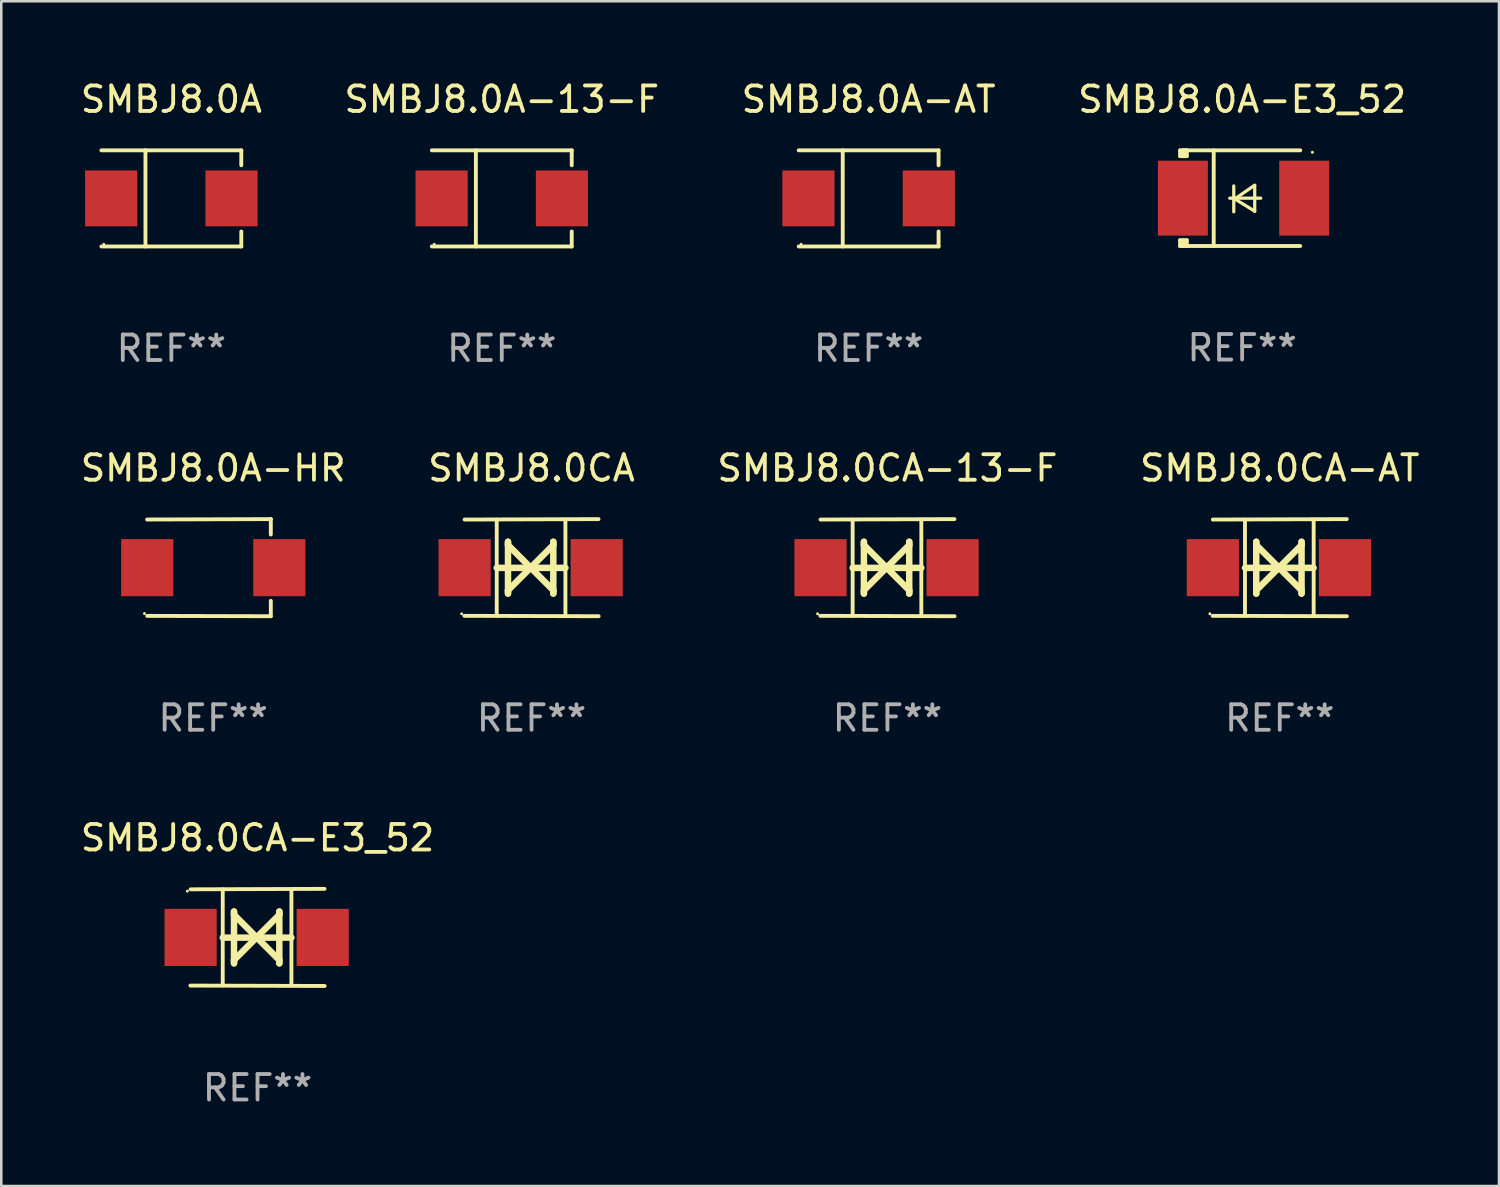
<source format=kicad_pcb>
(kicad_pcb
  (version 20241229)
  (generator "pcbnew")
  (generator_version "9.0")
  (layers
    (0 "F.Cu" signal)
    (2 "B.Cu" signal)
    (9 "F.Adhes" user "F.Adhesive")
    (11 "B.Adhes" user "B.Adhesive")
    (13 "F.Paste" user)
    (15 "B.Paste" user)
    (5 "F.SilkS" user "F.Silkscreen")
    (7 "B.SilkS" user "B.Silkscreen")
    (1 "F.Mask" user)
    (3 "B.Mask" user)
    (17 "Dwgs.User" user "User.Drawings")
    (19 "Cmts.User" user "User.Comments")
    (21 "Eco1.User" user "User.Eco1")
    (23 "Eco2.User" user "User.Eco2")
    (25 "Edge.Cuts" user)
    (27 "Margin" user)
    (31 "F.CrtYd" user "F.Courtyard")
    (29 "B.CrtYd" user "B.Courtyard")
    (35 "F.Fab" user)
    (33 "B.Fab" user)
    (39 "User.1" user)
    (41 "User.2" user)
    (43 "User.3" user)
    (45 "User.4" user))
  (footprint "SMBJ8.0CA-AT"
    (layer "F.Cu")
    (at 47.161 19.222)
    (property "Reference" "SMBJ8.0CA-AT" (at 0 -3.905 0) (layer "F.SilkS") (effects (font (size 1 1) (thickness 0.15))))
    (attr through_hole)
    (fp_line (start -1.365 1.886) (end -1.365 -1.886) (stroke (width 0.152) (type solid)) (layer "F.SilkS"))
    (fp_line (start -1.365 0.008) (end 1.33 0.008) (stroke (width 0.254) (type solid)) (layer "F.SilkS"))
    (fp_line (start -0.923 -1.016) (end -0.923 1.016) (stroke (width 0.254) (type solid)) (layer "F.SilkS"))
    (fp_line (start -0.923 -0.889) (end -0.923 -1.016) (stroke (width 0.254) (type solid)) (layer "F.SilkS"))
    (fp_line (start -0.923 0.889) (end -0.034 0) (stroke (width 0.254) (type solid)) (layer "F.SilkS"))
    (fp_line (start -0.923 1.016) (end -0.923 0.889) (stroke (width 0.254) (type solid)) (layer "F.SilkS"))
    (fp_line (start -0.034 0) (end -0.923 -0.889) (stroke (width 0.254) (type solid)) (layer "F.SilkS"))
    (fp_line (start -0.034 0) (end 0.855 0.889) (stroke (width 0.254) (type solid)) (layer "F.SilkS"))
    (fp_line (start 0.855 -1.016) (end 0.855 -0.889) (stroke (width 0.254) (type solid)) (layer "F.SilkS"))
    (fp_line (start 0.855 -0.889) (end -0.034 0) (stroke (width 0.254) (type solid)) (layer "F.SilkS"))
    (fp_line (start 0.855 0.889) (end 0.855 1.016) (stroke (width 0.254) (type solid)) (layer "F.SilkS"))
    (fp_line (start 0.855 1.016) (end 0.855 -1.016) (stroke (width 0.254) (type solid)) (layer "F.SilkS"))
    (fp_line (start 1.33 1.886) (end 1.33 -1.886) (stroke (width 0.152) (type solid)) (layer "F.SilkS"))
    (fp_line (start 2.629 -1.905) (end -2.625 -1.887) (stroke (width 0.152) (type solid)) (layer "F.SilkS"))
    (fp_line (start 2.633 1.905) (end -2.633 1.89) (stroke (width 0.152) (type solid)) (layer "F.SilkS"))
    (fp_circle (center -2.741 1.81) (end -2.711 1.81) (stroke (width 0.06) (type solid)) (fill no) (layer "F.SilkS"))
    (fp_text user "REF**" (at 0 5.905 0) (layer "F.Fab") (effects (font (size 1 1) (thickness 0.15))))
    (pad "1" smd rect (at -2.625 0) (size 2.047 2.241) (layers "F.Cu" "F.Mask" "F.Paste"))
    (pad "2" smd rect (at 2.557 0) (size 2.047 2.241) (layers "F.Cu" "F.Mask" "F.Paste")))
  (footprint "SMBJ8.0CA-E3_52"
    (layer "F.Cu")
    (at 7.054 33.729)
    (property "Reference" "SMBJ8.0CA-E3_52" (at 0 -3.905 0) (layer "F.SilkS") (effects (font (size 1 1) (thickness 0.15))))
    (attr through_hole)
    (fp_line (start -1.365 1.886) (end -1.365 -1.886) (stroke (width 0.152) (type solid)) (layer "F.SilkS"))
    (fp_line (start -1.365 0.008) (end 1.33 0.008) (stroke (width 0.254) (type solid)) (layer "F.SilkS"))
    (fp_line (start -0.923 -1.016) (end -0.923 1.016) (stroke (width 0.254) (type solid)) (layer "F.SilkS"))
    (fp_line (start -0.923 -0.889) (end -0.923 -1.016) (stroke (width 0.254) (type solid)) (layer "F.SilkS"))
    (fp_line (start -0.923 0.889) (end -0.034 0) (stroke (width 0.254) (type solid)) (layer "F.SilkS"))
    (fp_line (start -0.923 1.016) (end -0.923 0.889) (stroke (width 0.254) (type solid)) (layer "F.SilkS"))
    (fp_line (start -0.034 0) (end -0.923 -0.889) (stroke (width 0.254) (type solid)) (layer "F.SilkS"))
    (fp_line (start -0.034 0) (end 0.855 0.889) (stroke (width 0.254) (type solid)) (layer "F.SilkS"))
    (fp_line (start 0.855 -1.016) (end 0.855 -0.889) (stroke (width 0.254) (type solid)) (layer "F.SilkS"))
    (fp_line (start 0.855 -0.889) (end -0.034 0) (stroke (width 0.254) (type solid)) (layer "F.SilkS"))
    (fp_line (start 0.855 0.889) (end 0.855 1.016) (stroke (width 0.254) (type solid)) (layer "F.SilkS"))
    (fp_line (start 0.855 1.016) (end 0.855 -1.016) (stroke (width 0.254) (type solid)) (layer "F.SilkS"))
    (fp_line (start 1.33 1.886) (end 1.33 -1.886) (stroke (width 0.152) (type solid)) (layer "F.SilkS"))
    (fp_line (start 2.629 -1.905) (end -2.625 -1.887) (stroke (width 0.152) (type solid)) (layer "F.SilkS"))
    (fp_line (start 2.633 1.905) (end -2.633 1.89) (stroke (width 0.152) (type solid)) (layer "F.SilkS"))
    (fp_circle (center -2.753 -1.816) (end -2.723 -1.816) (stroke (width 0.06) (type solid)) (fill no) (layer "F.SilkS"))
    (fp_text user "REF**" (at 0 5.905 0) (layer "F.Fab") (effects (font (size 1 1) (thickness 0.15))))
    (pad "1" smd rect (at -2.625 0) (size 2.047 2.241) (layers "F.Cu" "F.Mask" "F.Paste"))
    (pad "2" smd rect (at 2.557 0) (size 2.047 2.241) (layers "F.Cu" "F.Mask" "F.Paste")))
  (footprint "SMBJ8.0A-AT"
    (layer "F.Cu")
    (at 31.03 4.734)
    (property "Reference" "SMBJ8.0A-AT" (at 0 -3.886 0) (layer "F.SilkS") (effects (font (size 1 1) (thickness 0.15))))
    (attr through_hole)
    (fp_line (start -2.744 -1.886) (end 2.744 -1.886) (stroke (width 0.152) (type solid)) (layer "F.SilkS"))
    (fp_line (start -2.744 1.886) (end 2.744 1.886) (stroke (width 0.152) (type solid)) (layer "F.SilkS"))
    (fp_line (start -1.016 -1.886) (end -1.016 1.886) (stroke (width 0.152) (type solid)) (layer "F.SilkS"))
    (fp_line (start 2.744 -1.886) (end 2.744 -1.299) (stroke (width 0.152) (type solid)) (layer "F.SilkS"))
    (fp_line (start 2.744 1.886) (end 2.744 1.299) (stroke (width 0.152) (type solid)) (layer "F.SilkS"))
    (fp_circle (center -2.65 1.8) (end -2.62 1.8) (stroke (width 0.06) (type solid)) (fill no) (layer "F.SilkS"))
    (fp_text user "REF**" (at 0 5.886 0) (layer "F.Fab") (effects (font (size 1 1) (thickness 0.15))))
    (pad "1" smd rect (at -2.361 0) (size 2.047 2.192) (layers "F.Cu" "F.Mask" "F.Paste"))
    (pad "2" smd rect (at 2.361 0) (size 2.047 2.192) (layers "F.Cu" "F.Mask" "F.Paste")))
  (footprint "SMBJ8.0CA-13-F"
    (layer "F.Cu")
    (at 31.768 19.222)
    (property "Reference" "SMBJ8.0CA-13-F" (at 0 -3.905 0) (layer "F.SilkS") (effects (font (size 1 1) (thickness 0.15))))
    (attr through_hole)
    (fp_line (start -1.365 1.886) (end -1.365 -1.886) (stroke (width 0.152) (type solid)) (layer "F.SilkS"))
    (fp_line (start -1.365 0.008) (end 1.33 0.008) (stroke (width 0.254) (type solid)) (layer "F.SilkS"))
    (fp_line (start -0.923 -1.016) (end -0.923 1.016) (stroke (width 0.254) (type solid)) (layer "F.SilkS"))
    (fp_line (start -0.923 -0.889) (end -0.923 -1.016) (stroke (width 0.254) (type solid)) (layer "F.SilkS"))
    (fp_line (start -0.923 0.889) (end -0.034 0) (stroke (width 0.254) (type solid)) (layer "F.SilkS"))
    (fp_line (start -0.923 1.016) (end -0.923 0.889) (stroke (width 0.254) (type solid)) (layer "F.SilkS"))
    (fp_line (start -0.034 0) (end -0.923 -0.889) (stroke (width 0.254) (type solid)) (layer "F.SilkS"))
    (fp_line (start -0.034 0) (end 0.855 0.889) (stroke (width 0.254) (type solid)) (layer "F.SilkS"))
    (fp_line (start 0.855 -1.016) (end 0.855 -0.889) (stroke (width 0.254) (type solid)) (layer "F.SilkS"))
    (fp_line (start 0.855 -0.889) (end -0.034 0) (stroke (width 0.254) (type solid)) (layer "F.SilkS"))
    (fp_line (start 0.855 0.889) (end 0.855 1.016) (stroke (width 0.254) (type solid)) (layer "F.SilkS"))
    (fp_line (start 0.855 1.016) (end 0.855 -1.016) (stroke (width 0.254) (type solid)) (layer "F.SilkS"))
    (fp_line (start 1.33 1.886) (end 1.33 -1.886) (stroke (width 0.152) (type solid)) (layer "F.SilkS"))
    (fp_line (start 2.629 -1.905) (end -2.625 -1.887) (stroke (width 0.152) (type solid)) (layer "F.SilkS"))
    (fp_line (start 2.633 1.905) (end -2.633 1.89) (stroke (width 0.152) (type solid)) (layer "F.SilkS"))
    (fp_circle (center -2.741 1.81) (end -2.711 1.81) (stroke (width 0.06) (type solid)) (fill no) (layer "F.SilkS"))
    (fp_text user "REF**" (at 0 5.905 0) (layer "F.Fab") (effects (font (size 1 1) (thickness 0.15))))
    (pad "1" smd rect (at -2.625 0) (size 2.047 2.241) (layers "F.Cu" "F.Mask" "F.Paste"))
    (pad "2" smd rect (at 2.557 0) (size 2.047 2.241) (layers "F.Cu" "F.Mask" "F.Paste")))
  (footprint "SMBJ8.0CA"
    (layer "F.Cu")
    (at 17.804 19.222)
    (property "Reference" "SMBJ8.0CA" (at 0 -3.905 0) (layer "F.SilkS") (effects (font (size 1 1) (thickness 0.15))))
    (attr through_hole)
    (fp_line (start -1.365 1.886) (end -1.365 -1.886) (stroke (width 0.152) (type solid)) (layer "F.SilkS"))
    (fp_line (start -1.365 0.008) (end 1.33 0.008) (stroke (width 0.254) (type solid)) (layer "F.SilkS"))
    (fp_line (start -0.923 -1.016) (end -0.923 1.016) (stroke (width 0.254) (type solid)) (layer "F.SilkS"))
    (fp_line (start -0.923 -0.889) (end -0.923 -1.016) (stroke (width 0.254) (type solid)) (layer "F.SilkS"))
    (fp_line (start -0.923 0.889) (end -0.034 0) (stroke (width 0.254) (type solid)) (layer "F.SilkS"))
    (fp_line (start -0.923 1.016) (end -0.923 0.889) (stroke (width 0.254) (type solid)) (layer "F.SilkS"))
    (fp_line (start -0.034 0) (end -0.923 -0.889) (stroke (width 0.254) (type solid)) (layer "F.SilkS"))
    (fp_line (start -0.034 0) (end 0.855 0.889) (stroke (width 0.254) (type solid)) (layer "F.SilkS"))
    (fp_line (start 0.855 -1.016) (end 0.855 -0.889) (stroke (width 0.254) (type solid)) (layer "F.SilkS"))
    (fp_line (start 0.855 -0.889) (end -0.034 0) (stroke (width 0.254) (type solid)) (layer "F.SilkS"))
    (fp_line (start 0.855 0.889) (end 0.855 1.016) (stroke (width 0.254) (type solid)) (layer "F.SilkS"))
    (fp_line (start 0.855 1.016) (end 0.855 -1.016) (stroke (width 0.254) (type solid)) (layer "F.SilkS"))
    (fp_line (start 1.33 1.886) (end 1.33 -1.886) (stroke (width 0.152) (type solid)) (layer "F.SilkS"))
    (fp_line (start 2.629 -1.905) (end -2.625 -1.887) (stroke (width 0.152) (type solid)) (layer "F.SilkS"))
    (fp_line (start 2.633 1.905) (end -2.633 1.89) (stroke (width 0.152) (type solid)) (layer "F.SilkS"))
    (fp_circle (center -2.741 1.81) (end -2.711 1.81) (stroke (width 0.06) (type solid)) (fill no) (layer "F.SilkS"))
    (fp_text user "REF**" (at 0 5.905 0) (layer "F.Fab") (effects (font (size 1 1) (thickness 0.15))))
    (pad "1" smd rect (at -2.625 0) (size 2.047 2.241) (layers "F.Cu" "F.Mask" "F.Paste"))
    (pad "2" smd rect (at 2.557 0) (size 2.047 2.241) (layers "F.Cu" "F.Mask" "F.Paste")))
  (footprint "SMBJ8.0A-E3_52"
    (layer "F.Cu")
    (at 45.685 4.725)
    (property "Reference" "SMBJ8.0A-E3_52" (at 0 -3.876 0) (layer "F.SilkS") (effects (font (size 1 1) (thickness 0.15))))
    (attr through_hole)
    (fp_line (start -2.435 1.65) (end -2.171 1.65) (stroke (width 0.152) (type solid)) (layer "F.SilkS"))
    (fp_line (start -2.435 1.876) (end -2.435 1.65) (stroke (width 0.152) (type solid)) (layer "F.SilkS"))
    (fp_line (start -2.435 -1.876) (end -2.171 -1.876) (stroke (width 0.152) (type solid)) (layer "F.SilkS"))
    (fp_line (start -2.435 -1.65) (end -2.435 -1.876) (stroke (width 0.152) (type solid)) (layer "F.SilkS"))
    (fp_line (start -2.305 -1.866) (end -2.295 -1.876) (stroke (width 0.152) (type solid)) (layer "F.SilkS"))
    (fp_line (start -2.305 -1.65) (end -2.305 -1.866) (stroke (width 0.152) (type solid)) (layer "F.SilkS"))
    (fp_line (start -2.305 1.876) (end -2.305 1.65) (stroke (width 0.152) (type solid)) (layer "F.SilkS"))
    (fp_line (start -2.295 -1.876) (end -2.295 -1.65) (stroke (width 0.152) (type solid)) (layer "F.SilkS"))
    (fp_line (start -2.171 1.876) (end -2.435 1.876) (stroke (width 0.152) (type solid)) (layer "F.SilkS"))
    (fp_line (start -2.171 -1.65) (end -2.435 -1.65) (stroke (width 0.152) (type solid)) (layer "F.SilkS"))
    (fp_line (start -2.171 -1.876) (end -2.295 -1.876) (stroke (width 0.152) (type solid)) (layer "F.SilkS"))
    (fp_line (start -2.171 -1.65) (end -2.171 -1.876) (stroke (width 0.152) (type solid)) (layer "F.SilkS"))
    (fp_line (start -2.171 1.876) (end -2.305 1.876) (stroke (width 0.152) (type solid)) (layer "F.SilkS"))
    (fp_line (start -2.171 1.876) (end -2.171 1.65) (stroke (width 0.152) (type solid)) (layer "F.SilkS"))
    (fp_line (start -1.116 1.876) (end -1.116 -1.876) (stroke (width 0.152) (type solid)) (layer "F.SilkS"))
    (fp_line (start -0.488 0.000102) (end 0.731 0.000102) (stroke (width 0.127) (type solid)) (layer "F.SilkS"))
    (fp_line (start -0.329 -0.48) (end -0.329 0.536) (stroke (width 0.127) (type solid)) (layer "F.SilkS"))
    (fp_line (start -0.29 0.03) (end 0.493 0.51) (stroke (width 0.127) (type solid)) (layer "F.SilkS"))
    (fp_line (start 0.493 -0.51) (end -0.29 0.03) (stroke (width 0.127) (type solid)) (layer "F.SilkS"))
    (fp_line (start 0.493 0.52) (end 0.493 -0.496) (stroke (width 0.127) (type solid)) (layer "F.SilkS"))
    (fp_line (start 2.281 -1.876) (end -2.171 -1.876) (stroke (width 0.152) (type solid)) (layer "F.SilkS"))
    (fp_line (start 2.281 1.876) (end -2.171 1.876) (stroke (width 0.152) (type solid)) (layer "F.SilkS"))
    (fp_circle (center 2.755 -1.8) (end 2.785 -1.8) (stroke (width 0.06) (type solid)) (fill no) (layer "F.SilkS"))
    (fp_text user "REF**" (at 0 5.876 0) (layer "F.Fab") (effects (font (size 1 1) (thickness 0.15))))
    (pad "1" smd rect (at 2.435 -0.000025 180) (size 1.96 2.94) (layers "F.Cu" "F.Mask" "F.Paste"))
    (pad "2" smd rect (at -2.325 -0.000025 180) (size 1.96 2.94) (layers "F.Cu" "F.Mask" "F.Paste")))
  (footprint "SMBJ8.0A"
    (layer "F.Cu")
    (at 3.673 4.734)
    (property "Reference" "SMBJ8.0A" (at 0 -3.886 0) (layer "F.SilkS") (effects (font (size 1 1) (thickness 0.15))))
    (attr through_hole)
    (fp_line (start -2.744 -1.886) (end 2.744 -1.886) (stroke (width 0.152) (type solid)) (layer "F.SilkS"))
    (fp_line (start -2.744 1.886) (end 2.744 1.886) (stroke (width 0.152) (type solid)) (layer "F.SilkS"))
    (fp_line (start -1.016 -1.886) (end -1.016 1.886) (stroke (width 0.152) (type solid)) (layer "F.SilkS"))
    (fp_line (start 2.744 -1.886) (end 2.744 -1.299) (stroke (width 0.152) (type solid)) (layer "F.SilkS"))
    (fp_line (start 2.744 1.886) (end 2.744 1.299) (stroke (width 0.152) (type solid)) (layer "F.SilkS"))
    (fp_circle (center -2.65 1.8) (end -2.62 1.8) (stroke (width 0.06) (type solid)) (fill no) (layer "F.SilkS"))
    (fp_text user "REF**" (at 0 5.886 0) (layer "F.Fab") (effects (font (size 1 1) (thickness 0.15))))
    (pad "1" smd rect (at -2.361 0) (size 2.047 2.192) (layers "F.Cu" "F.Mask" "F.Paste"))
    (pad "2" smd rect (at 2.361 0) (size 2.047 2.192) (layers "F.Cu" "F.Mask" "F.Paste")))
  (footprint "SMBJ8.0A-HR"
    (layer "F.Cu")
    (at 5.315 19.222)
    (property "Reference" "SMBJ8.0A-HR" (at 0 -3.905 0) (layer "F.SilkS") (effects (font (size 1 1) (thickness 0.15))))
    (attr through_hole)
    (fp_line (start 2.256 -1.905) (end -2.594 -1.889) (stroke (width 0.152) (type solid)) (layer "F.SilkS"))
    (fp_line (start 2.256 -1.905) (end 2.26 -1.905) (stroke (width 0.152) (type solid)) (layer "F.SilkS"))
    (fp_line (start 2.26 -1.905) (end 2.26 -1.301) (stroke (width 0.152) (type solid)) (layer "F.SilkS"))
    (fp_line (start 2.26 1.301) (end 2.26 1.905) (stroke (width 0.152) (type solid)) (layer "F.SilkS"))
    (fp_line (start 2.26 1.905) (end -2.59 1.892) (stroke (width 0.152) (type solid)) (layer "F.SilkS"))
    (fp_circle (center -2.697 1.8) (end -2.667 1.8) (stroke (width 0.06) (type solid)) (fill no) (layer "F.SilkS"))
    (fp_text user "REF**" (at 0 5.905 0) (layer "F.Fab") (effects (font (size 1 1) (thickness 0.15))))
    (pad "1" smd rect (at -2.588 0) (size 2.047 2.241) (layers "F.Cu" "F.Mask" "F.Paste"))
    (pad "2" smd rect (at 2.594 0) (size 2.047 2.241) (layers "F.Cu" "F.Mask" "F.Paste")))
  (footprint "SMBJ8.0A-13-F"
    (layer "F.Cu")
    (at 16.637 4.734)
    (property "Reference" "SMBJ8.0A-13-F" (at 0 -3.886 0) (layer "F.SilkS") (effects (font (size 1 1) (thickness 0.15))))
    (attr through_hole)
    (fp_line (start -2.744 -1.886) (end 2.744 -1.886) (stroke (width 0.152) (type solid)) (layer "F.SilkS"))
    (fp_line (start -2.744 1.886) (end 2.744 1.886) (stroke (width 0.152) (type solid)) (layer "F.SilkS"))
    (fp_line (start -1.016 -1.886) (end -1.016 1.886) (stroke (width 0.152) (type solid)) (layer "F.SilkS"))
    (fp_line (start 2.744 -1.886) (end 2.744 -1.299) (stroke (width 0.152) (type solid)) (layer "F.SilkS"))
    (fp_line (start 2.744 1.886) (end 2.744 1.299) (stroke (width 0.152) (type solid)) (layer "F.SilkS"))
    (fp_circle (center -2.65 1.8) (end -2.62 1.8) (stroke (width 0.06) (type solid)) (fill no) (layer "F.SilkS"))
    (fp_text user "REF**" (at 0 5.886 0) (layer "F.Fab") (effects (font (size 1 1) (thickness 0.15))))
    (pad "1" smd rect (at -2.361 0) (size 2.047 2.192) (layers "F.Cu" "F.Mask" "F.Paste"))
    (pad "2" smd rect (at 2.361 0) (size 2.047 2.192) (layers "F.Cu" "F.Mask" "F.Paste")))
  (gr_rect
    (start -3 -3)
    (end 55.762 43.482)
    (stroke (width 0.1) (type default))
    (fill no)
    (layer "Edge.Cuts")))
</source>
